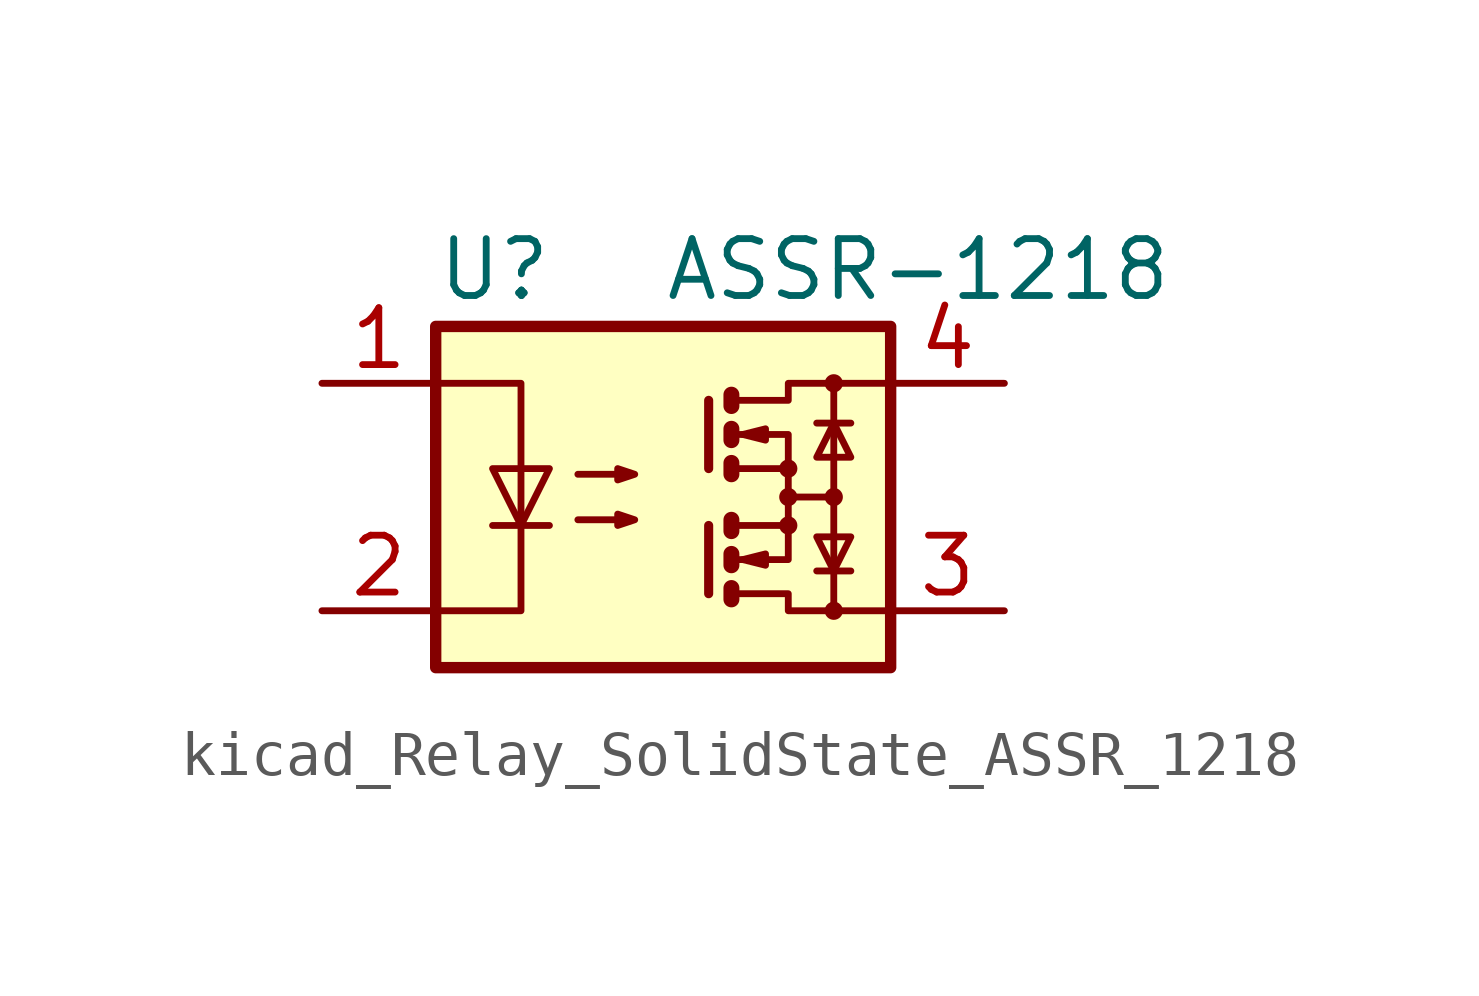
<source format=kicad_sym>
(kicad_symbol_lib
  (version 20220914)
  (generator kicad_symbol_editor)
  (symbol "kicad_Relay_SolidState_ASSR_1218"
    (property "Reference" "U"
      (at -5.08 5.08 0)
      (effects (font (size 1.27 1.27)) (justify left)))
    (property "Value" "ASSR-1218"
      (at 0 5.08 0)
      (effects (font (size 1.27 1.27)) (justify left)))
    (symbol "kicad_Relay_SolidState_ASSR_1218_0_1"
      (rectangle (start -5.08 3.81) (end 5.08 -3.81) (stroke (width 0.254) (type default)) (fill (type background)))
      (polyline (pts (xy -3.81 -0.635) (xy -2.54 -0.635)) (stroke (width 0) (type default)) (fill (type none)))
      (polyline (pts (xy 1.016 -0.635) (xy 1.016 -2.159)) (stroke (width 0.203) (type default)) (fill (type none)))
      (polyline (pts (xy 1.016 2.159) (xy 1.016 0.635)) (stroke (width 0.203) (type default)) (fill (type none)))
      (polyline (pts (xy 1.524 -0.508) (xy 1.524 -0.762)) (stroke (width 0.356) (type default)) (fill (type none)))
      (polyline (pts (xy 2.794 0) (xy 3.81 0)) (stroke (width 0) (type default)) (fill (type none)))
      (polyline (pts (xy 3.429 -1.651) (xy 4.191 -1.651)) (stroke (width 0) (type default)) (fill (type none)))
      (polyline (pts (xy 3.429 1.651) (xy 4.191 1.651)) (stroke (width 0) (type default)) (fill (type none)))
      (polyline (pts (xy 3.81 -2.54) (xy 3.81 2.54)) (stroke (width 0) (type default)) (fill (type none)))
      (polyline (pts (xy 1.524 -2.032) (xy 1.524 -2.286) (xy 1.524 -2.286)) (stroke (width 0.356) (type default)) (fill (type none)))
      (polyline (pts (xy 1.524 -1.27) (xy 1.524 -1.524) (xy 1.524 -1.524)) (stroke (width 0.356) (type default)) (fill (type none)))
      (polyline (pts (xy 1.524 0.762) (xy 1.524 0.508) (xy 1.524 0.508)) (stroke (width 0.356) (type default)) (fill (type none)))
      (polyline (pts (xy 1.524 1.524) (xy 1.524 1.27) (xy 1.524 1.27)) (stroke (width 0.356) (type default)) (fill (type none)))
      (polyline (pts (xy 1.524 2.286) (xy 1.524 2.032) (xy 1.524 2.032)) (stroke (width 0.356) (type default)) (fill (type none)))
      (polyline (pts (xy 1.651 -1.397) (xy 2.794 -1.397) (xy 2.794 -0.635)) (stroke (width 0) (type default)) (fill (type none)))
      (polyline (pts (xy 1.651 1.397) (xy 2.794 1.397) (xy 2.794 0.635)) (stroke (width 0) (type default)) (fill (type none)))
      (polyline (pts (xy -5.08 2.54) (xy -3.175 2.54) (xy -3.175 -2.54) (xy -5.08 -2.54)) (stroke (width 0) (type default)) (fill (type none)))
      (polyline (pts (xy -3.175 -0.635) (xy -3.81 0.635) (xy -2.54 0.635) (xy -3.175 -0.635)) (stroke (width 0) (type default)) (fill (type none)))
      (polyline (pts (xy 1.651 -2.159) (xy 2.794 -2.159) (xy 2.794 -2.54) (xy 5.08 -2.54)) (stroke (width 0) (type default)) (fill (type none)))
      (polyline (pts (xy 1.651 -0.635) (xy 2.794 -0.635) (xy 2.794 0.635) (xy 1.651 0.635)) (stroke (width 0) (type default)) (fill (type none)))
      (polyline (pts (xy 1.651 2.159) (xy 2.794 2.159) (xy 2.794 2.54) (xy 5.08 2.54)) (stroke (width 0) (type default)) (fill (type none)))
      (polyline (pts (xy 1.778 -1.397) (xy 2.286 -1.27) (xy 2.286 -1.524) (xy 1.778 -1.397)) (stroke (width 0) (type default)) (fill (type none)))
      (polyline (pts (xy 1.778 1.397) (xy 2.286 1.524) (xy 2.286 1.27) (xy 1.778 1.397)) (stroke (width 0) (type default)) (fill (type none)))
      (polyline (pts (xy 3.81 -1.651) (xy 3.429 -0.889) (xy 4.191 -0.889) (xy 3.81 -1.651)) (stroke (width 0) (type default)) (fill (type none)))
      (polyline (pts (xy 3.81 1.651) (xy 3.429 0.889) (xy 4.191 0.889) (xy 3.81 1.651)) (stroke (width 0) (type default)) (fill (type none)))
      (polyline (pts (xy -1.905 -0.508) (xy -0.635 -0.508) (xy -1.016 -0.635) (xy -1.016 -0.381) (xy -0.635 -0.508)) (stroke (width 0) (type default)) (fill (type none)))
      (polyline (pts (xy -1.905 0.508) (xy -0.635 0.508) (xy -1.016 0.381) (xy -1.016 0.635) (xy -0.635 0.508)) (stroke (width 0) (type default)) (fill (type none)))
      (circle (center 2.794 -0.635) (radius 0.127) (stroke (width 0) (type default)) (fill (type none)))
      (circle (center 2.794 0) (radius 0.127) (stroke (width 0) (type default)) (fill (type none)))
      (circle (center 2.794 0.635) (radius 0.127) (stroke (width 0) (type default)) (fill (type none)))
      (circle (center 3.81 -2.54) (radius 0.127) (stroke (width 0) (type default)) (fill (type none)))
      (circle (center 3.81 0) (radius 0.127) (stroke (width 0) (type default)) (fill (type none)))
      (circle (center 3.81 2.54) (radius 0.127) (stroke (width 0) (type default)) (fill (type none))))
    (symbol "kicad_Relay_SolidState_ASSR_1218_1_1"
      (pin passive line (at -7.62 2.54 0) (length 2.54) (name "~" (effects (font (size 1.27 1.27)))) (number "1" (effects (font (size 1.27 1.27)))))
      (pin passive line (at -7.62 -2.54 0) (length 2.54) (name "~" (effects (font (size 1.27 1.27)))) (number "2" (effects (font (size 1.27 1.27)))))
      (pin passive line (at 7.62 -2.54 180) (length 2.54) (name "~" (effects (font (size 1.27 1.27)))) (number "3" (effects (font (size 1.27 1.27)))))
      (pin passive line (at 7.62 2.54 180) (length 2.54) (name "~" (effects (font (size 1.27 1.27)))) (number "4" (effects (font (size 1.27 1.27))))))))
</source>
